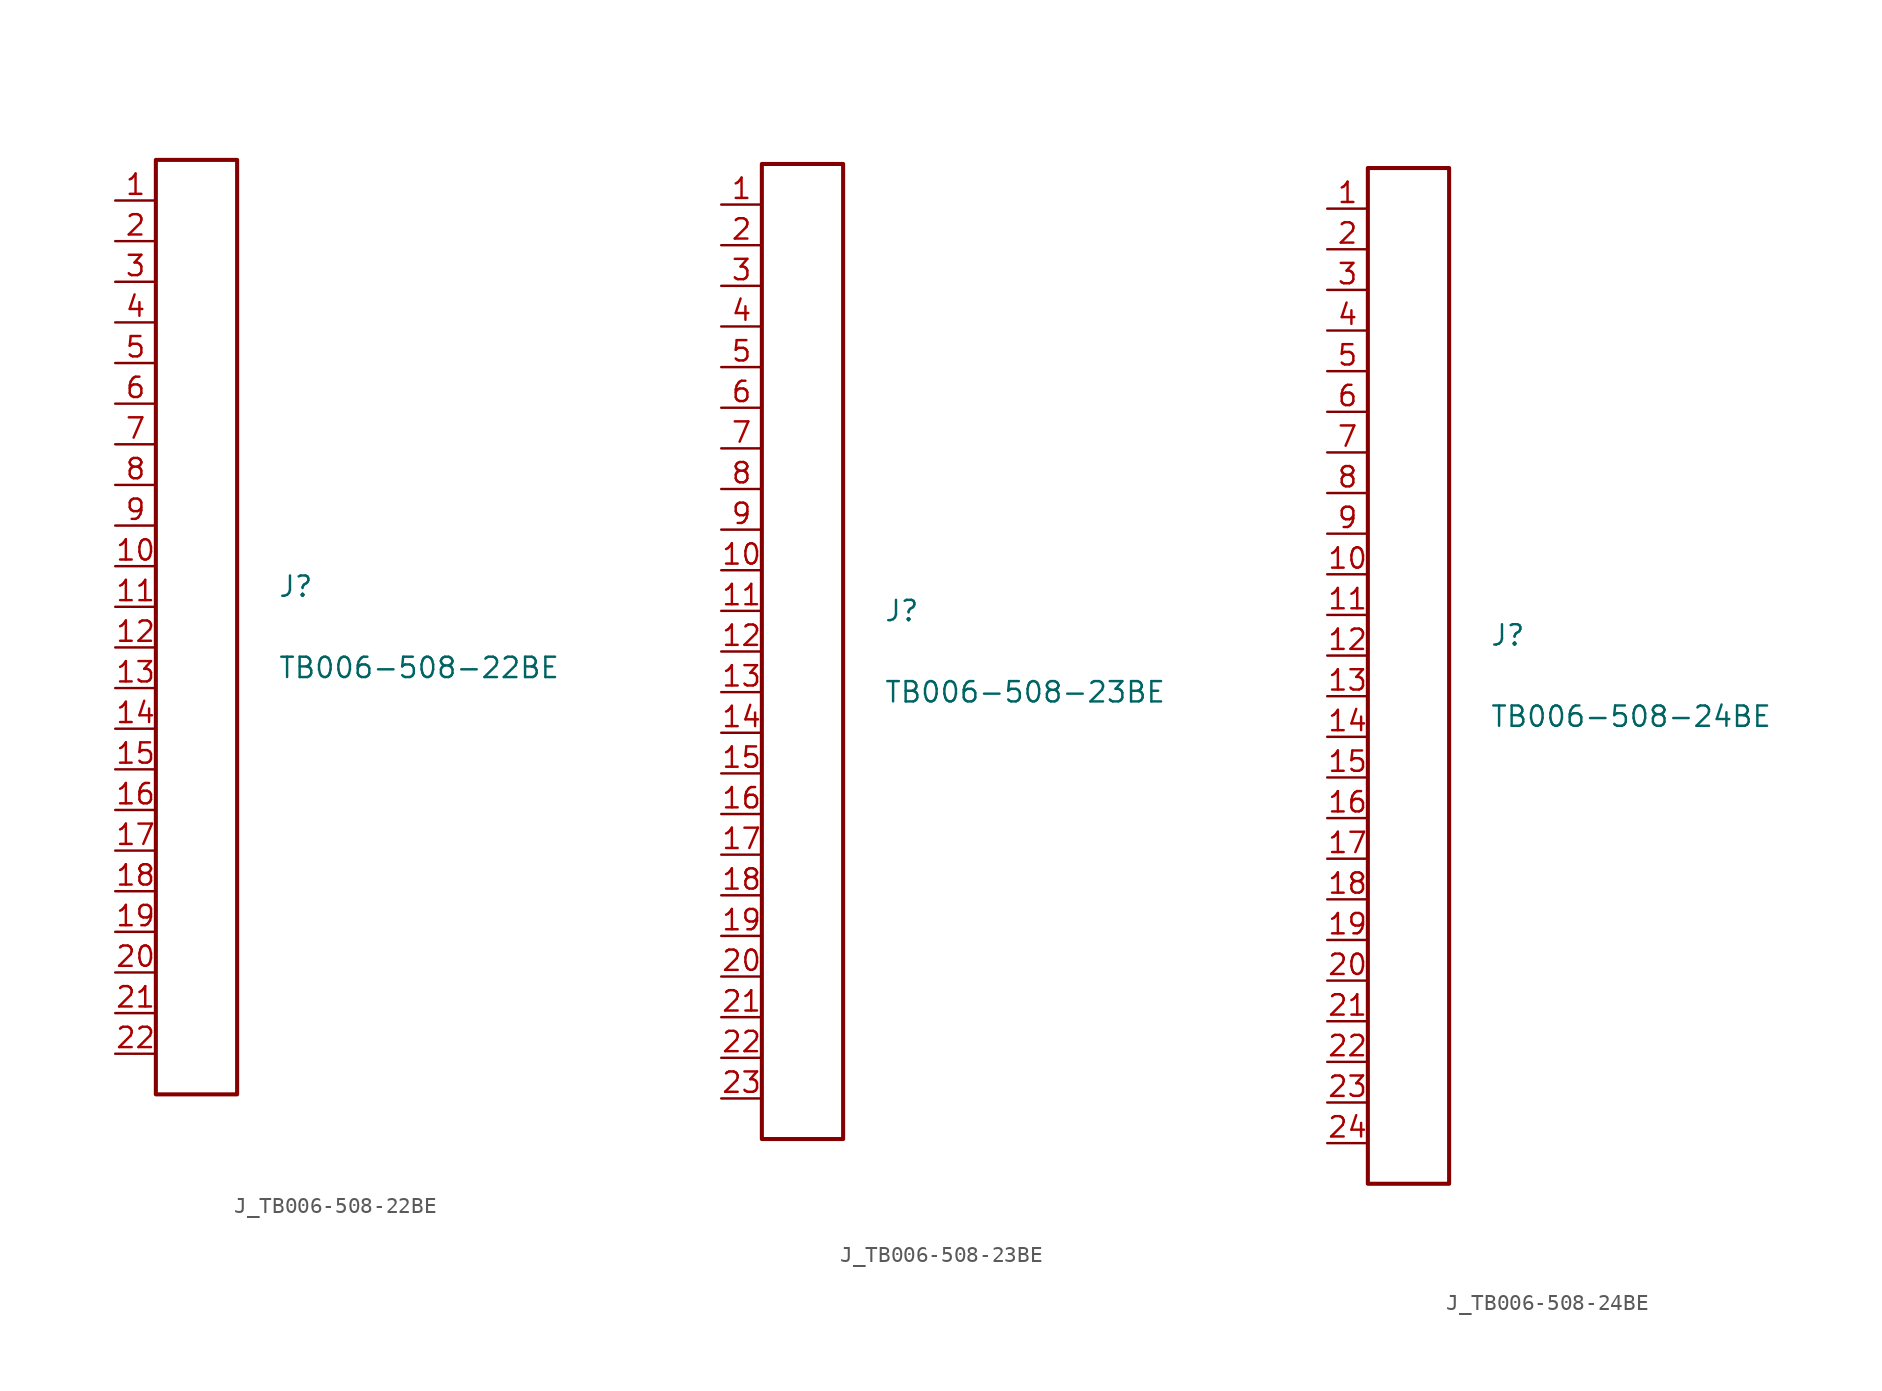
<source format=kicad_sym>
(kicad_symbol_lib
  (version 20231120)
  (generator kicad_symbol_editor)
  (generator_version 8.0)
  (symbol "J_TB006-508-22BE"
    (pin_names
      (offset 0.254))
    (property "Reference" "J"
      (at 5.08 2.54 0)
      (effects (font (size 1.27 1.27)) (justify left)))
    (property "Value" "TB006-508-22BE"
      (at 5.08 -2.54 0)
      (effects (font (size 1.27 1.27)) (justify left)))
    (symbol "J_TB006-508-22BE_0_0"
      (pin unspecified line (at -5.08 26.67 0) (length 2.54) (name "" (effects (font (size 1.27 1.27)))) (number "1" (effects (font (size 1.27 1.27)))))
      (pin unspecified line (at -5.08 24.13 0) (length 2.54) (name "" (effects (font (size 1.27 1.27)))) (number "2" (effects (font (size 1.27 1.27)))))
      (pin unspecified line (at -5.08 21.59 0) (length 2.54) (name "" (effects (font (size 1.27 1.27)))) (number "3" (effects (font (size 1.27 1.27)))))
      (pin unspecified line (at -5.08 19.05 0) (length 2.54) (name "" (effects (font (size 1.27 1.27)))) (number "4" (effects (font (size 1.27 1.27)))))
      (pin unspecified line (at -5.08 16.51 0) (length 2.54) (name "" (effects (font (size 1.27 1.27)))) (number "5" (effects (font (size 1.27 1.27)))))
      (pin unspecified line (at -5.08 13.97 0) (length 2.54) (name "" (effects (font (size 1.27 1.27)))) (number "6" (effects (font (size 1.27 1.27)))))
      (pin unspecified line (at -5.08 11.43 0) (length 2.54) (name "" (effects (font (size 1.27 1.27)))) (number "7" (effects (font (size 1.27 1.27)))))
      (pin unspecified line (at -5.08 8.89 0) (length 2.54) (name "" (effects (font (size 1.27 1.27)))) (number "8" (effects (font (size 1.27 1.27)))))
      (pin unspecified line (at -5.08 6.35 0) (length 2.54) (name "" (effects (font (size 1.27 1.27)))) (number "9" (effects (font (size 1.27 1.27)))))
      (pin unspecified line (at -5.08 3.81 0) (length 2.54) (name "" (effects (font (size 1.27 1.27)))) (number "10" (effects (font (size 1.27 1.27)))))
      (pin unspecified line (at -5.08 1.27 0) (length 2.54) (name "" (effects (font (size 1.27 1.27)))) (number "11" (effects (font (size 1.27 1.27)))))
      (pin unspecified line (at -5.08 -1.27 0) (length 2.54) (name "" (effects (font (size 1.27 1.27)))) (number "12" (effects (font (size 1.27 1.27)))))
      (pin unspecified line (at -5.08 -3.81 0) (length 2.54) (name "" (effects (font (size 1.27 1.27)))) (number "13" (effects (font (size 1.27 1.27)))))
      (pin unspecified line (at -5.08 -6.35 0) (length 2.54) (name "" (effects (font (size 1.27 1.27)))) (number "14" (effects (font (size 1.27 1.27)))))
      (pin unspecified line (at -5.08 -8.89 0) (length 2.54) (name "" (effects (font (size 1.27 1.27)))) (number "15" (effects (font (size 1.27 1.27)))))
      (pin unspecified line (at -5.08 -11.43 0) (length 2.54) (name "" (effects (font (size 1.27 1.27)))) (number "16" (effects (font (size 1.27 1.27)))))
      (pin unspecified line (at -5.08 -13.97 0) (length 2.54) (name "" (effects (font (size 1.27 1.27)))) (number "17" (effects (font (size 1.27 1.27)))))
      (pin unspecified line (at -5.08 -16.51 0) (length 2.54) (name "" (effects (font (size 1.27 1.27)))) (number "18" (effects (font (size 1.27 1.27)))))
      (pin unspecified line (at -5.08 -19.05 0) (length 2.54) (name "" (effects (font (size 1.27 1.27)))) (number "19" (effects (font (size 1.27 1.27)))))
      (pin unspecified line (at -5.08 -21.59 0) (length 2.54) (name "" (effects (font (size 1.27 1.27)))) (number "20" (effects (font (size 1.27 1.27)))))
      (pin unspecified line (at -5.08 -24.13 0) (length 2.54) (name "" (effects (font (size 1.27 1.27)))) (number "21" (effects (font (size 1.27 1.27)))))
      (pin unspecified line (at -5.08 -26.67 0) (length 2.54) (name "" (effects (font (size 1.27 1.27)))) (number "22" (effects (font (size 1.27 1.27))))))
    (symbol "J_TB006-508-22BE_1_0"
      (rectangle (start -2.54 29.21) (end 2.54 -29.21) (stroke (width 0.254) (type solid)) (fill (type none)))))
  (symbol "J_TB006-508-23BE"
    (pin_names
      (offset 0.254))
    (property "Reference" "J"
      (at 5.08 2.54 0)
      (effects (font (size 1.27 1.27)) (justify left)))
    (property "Value" "TB006-508-23BE"
      (at 5.08 -2.54 0)
      (effects (font (size 1.27 1.27)) (justify left)))
    (symbol "J_TB006-508-23BE_0_0"
      (pin unspecified line (at -5.08 27.94 0) (length 2.54) (name "" (effects (font (size 1.27 1.27)))) (number "1" (effects (font (size 1.27 1.27)))))
      (pin unspecified line (at -5.08 25.4 0) (length 2.54) (name "" (effects (font (size 1.27 1.27)))) (number "2" (effects (font (size 1.27 1.27)))))
      (pin unspecified line (at -5.08 22.86 0) (length 2.54) (name "" (effects (font (size 1.27 1.27)))) (number "3" (effects (font (size 1.27 1.27)))))
      (pin unspecified line (at -5.08 20.32 0) (length 2.54) (name "" (effects (font (size 1.27 1.27)))) (number "4" (effects (font (size 1.27 1.27)))))
      (pin unspecified line (at -5.08 17.78 0) (length 2.54) (name "" (effects (font (size 1.27 1.27)))) (number "5" (effects (font (size 1.27 1.27)))))
      (pin unspecified line (at -5.08 15.24 0) (length 2.54) (name "" (effects (font (size 1.27 1.27)))) (number "6" (effects (font (size 1.27 1.27)))))
      (pin unspecified line (at -5.08 12.7 0) (length 2.54) (name "" (effects (font (size 1.27 1.27)))) (number "7" (effects (font (size 1.27 1.27)))))
      (pin unspecified line (at -5.08 10.16 0) (length 2.54) (name "" (effects (font (size 1.27 1.27)))) (number "8" (effects (font (size 1.27 1.27)))))
      (pin unspecified line (at -5.08 7.62 0) (length 2.54) (name "" (effects (font (size 1.27 1.27)))) (number "9" (effects (font (size 1.27 1.27)))))
      (pin unspecified line (at -5.08 5.08 0) (length 2.54) (name "" (effects (font (size 1.27 1.27)))) (number "10" (effects (font (size 1.27 1.27)))))
      (pin unspecified line (at -5.08 2.54 0) (length 2.54) (name "" (effects (font (size 1.27 1.27)))) (number "11" (effects (font (size 1.27 1.27)))))
      (pin unspecified line (at -5.08 0.0 0) (length 2.54) (name "" (effects (font (size 1.27 1.27)))) (number "12" (effects (font (size 1.27 1.27)))))
      (pin unspecified line (at -5.08 -2.54 0) (length 2.54) (name "" (effects (font (size 1.27 1.27)))) (number "13" (effects (font (size 1.27 1.27)))))
      (pin unspecified line (at -5.08 -5.08 0) (length 2.54) (name "" (effects (font (size 1.27 1.27)))) (number "14" (effects (font (size 1.27 1.27)))))
      (pin unspecified line (at -5.08 -7.62 0) (length 2.54) (name "" (effects (font (size 1.27 1.27)))) (number "15" (effects (font (size 1.27 1.27)))))
      (pin unspecified line (at -5.08 -10.16 0) (length 2.54) (name "" (effects (font (size 1.27 1.27)))) (number "16" (effects (font (size 1.27 1.27)))))
      (pin unspecified line (at -5.08 -12.7 0) (length 2.54) (name "" (effects (font (size 1.27 1.27)))) (number "17" (effects (font (size 1.27 1.27)))))
      (pin unspecified line (at -5.08 -15.24 0) (length 2.54) (name "" (effects (font (size 1.27 1.27)))) (number "18" (effects (font (size 1.27 1.27)))))
      (pin unspecified line (at -5.08 -17.78 0) (length 2.54) (name "" (effects (font (size 1.27 1.27)))) (number "19" (effects (font (size 1.27 1.27)))))
      (pin unspecified line (at -5.08 -20.32 0) (length 2.54) (name "" (effects (font (size 1.27 1.27)))) (number "20" (effects (font (size 1.27 1.27)))))
      (pin unspecified line (at -5.08 -22.86 0) (length 2.54) (name "" (effects (font (size 1.27 1.27)))) (number "21" (effects (font (size 1.27 1.27)))))
      (pin unspecified line (at -5.08 -25.4 0) (length 2.54) (name "" (effects (font (size 1.27 1.27)))) (number "22" (effects (font (size 1.27 1.27)))))
      (pin unspecified line (at -5.08 -27.94 0) (length 2.54) (name "" (effects (font (size 1.27 1.27)))) (number "23" (effects (font (size 1.27 1.27))))))
    (symbol "J_TB006-508-23BE_1_0"
      (rectangle (start -2.54 30.48) (end 2.54 -30.48) (stroke (width 0.254) (type solid)) (fill (type none)))))
  (symbol "J_TB006-508-24BE"
    (pin_names
      (offset 0.254))
    (property "Reference" "J"
      (at 5.08 2.54 0)
      (effects (font (size 1.27 1.27)) (justify left)))
    (property "Value" "TB006-508-24BE"
      (at 5.08 -2.54 0)
      (effects (font (size 1.27 1.27)) (justify left)))
    (symbol "J_TB006-508-24BE_0_0"
      (pin unspecified line (at -5.08 29.21 0) (length 2.54) (name "" (effects (font (size 1.27 1.27)))) (number "1" (effects (font (size 1.27 1.27)))))
      (pin unspecified line (at -5.08 26.67 0) (length 2.54) (name "" (effects (font (size 1.27 1.27)))) (number "2" (effects (font (size 1.27 1.27)))))
      (pin unspecified line (at -5.08 24.13 0) (length 2.54) (name "" (effects (font (size 1.27 1.27)))) (number "3" (effects (font (size 1.27 1.27)))))
      (pin unspecified line (at -5.08 21.59 0) (length 2.54) (name "" (effects (font (size 1.27 1.27)))) (number "4" (effects (font (size 1.27 1.27)))))
      (pin unspecified line (at -5.08 19.05 0) (length 2.54) (name "" (effects (font (size 1.27 1.27)))) (number "5" (effects (font (size 1.27 1.27)))))
      (pin unspecified line (at -5.08 16.51 0) (length 2.54) (name "" (effects (font (size 1.27 1.27)))) (number "6" (effects (font (size 1.27 1.27)))))
      (pin unspecified line (at -5.08 13.97 0) (length 2.54) (name "" (effects (font (size 1.27 1.27)))) (number "7" (effects (font (size 1.27 1.27)))))
      (pin unspecified line (at -5.08 11.43 0) (length 2.54) (name "" (effects (font (size 1.27 1.27)))) (number "8" (effects (font (size 1.27 1.27)))))
      (pin unspecified line (at -5.08 8.89 0) (length 2.54) (name "" (effects (font (size 1.27 1.27)))) (number "9" (effects (font (size 1.27 1.27)))))
      (pin unspecified line (at -5.08 6.35 0) (length 2.54) (name "" (effects (font (size 1.27 1.27)))) (number "10" (effects (font (size 1.27 1.27)))))
      (pin unspecified line (at -5.08 3.81 0) (length 2.54) (name "" (effects (font (size 1.27 1.27)))) (number "11" (effects (font (size 1.27 1.27)))))
      (pin unspecified line (at -5.08 1.27 0) (length 2.54) (name "" (effects (font (size 1.27 1.27)))) (number "12" (effects (font (size 1.27 1.27)))))
      (pin unspecified line (at -5.08 -1.27 0) (length 2.54) (name "" (effects (font (size 1.27 1.27)))) (number "13" (effects (font (size 1.27 1.27)))))
      (pin unspecified line (at -5.08 -3.81 0) (length 2.54) (name "" (effects (font (size 1.27 1.27)))) (number "14" (effects (font (size 1.27 1.27)))))
      (pin unspecified line (at -5.08 -6.35 0) (length 2.54) (name "" (effects (font (size 1.27 1.27)))) (number "15" (effects (font (size 1.27 1.27)))))
      (pin unspecified line (at -5.08 -8.89 0) (length 2.54) (name "" (effects (font (size 1.27 1.27)))) (number "16" (effects (font (size 1.27 1.27)))))
      (pin unspecified line (at -5.08 -11.43 0) (length 2.54) (name "" (effects (font (size 1.27 1.27)))) (number "17" (effects (font (size 1.27 1.27)))))
      (pin unspecified line (at -5.08 -13.97 0) (length 2.54) (name "" (effects (font (size 1.27 1.27)))) (number "18" (effects (font (size 1.27 1.27)))))
      (pin unspecified line (at -5.08 -16.51 0) (length 2.54) (name "" (effects (font (size 1.27 1.27)))) (number "19" (effects (font (size 1.27 1.27)))))
      (pin unspecified line (at -5.08 -19.05 0) (length 2.54) (name "" (effects (font (size 1.27 1.27)))) (number "20" (effects (font (size 1.27 1.27)))))
      (pin unspecified line (at -5.08 -21.59 0) (length 2.54) (name "" (effects (font (size 1.27 1.27)))) (number "21" (effects (font (size 1.27 1.27)))))
      (pin unspecified line (at -5.08 -24.13 0) (length 2.54) (name "" (effects (font (size 1.27 1.27)))) (number "22" (effects (font (size 1.27 1.27)))))
      (pin unspecified line (at -5.08 -26.67 0) (length 2.54) (name "" (effects (font (size 1.27 1.27)))) (number "23" (effects (font (size 1.27 1.27)))))
      (pin unspecified line (at -5.08 -29.21 0) (length 2.54) (name "" (effects (font (size 1.27 1.27)))) (number "24" (effects (font (size 1.27 1.27))))))
    (symbol "J_TB006-508-24BE_1_0"
      (rectangle (start -2.54 31.75) (end 2.54 -31.75) (stroke (width 0.254) (type solid)) (fill (type none))))))
</source>
